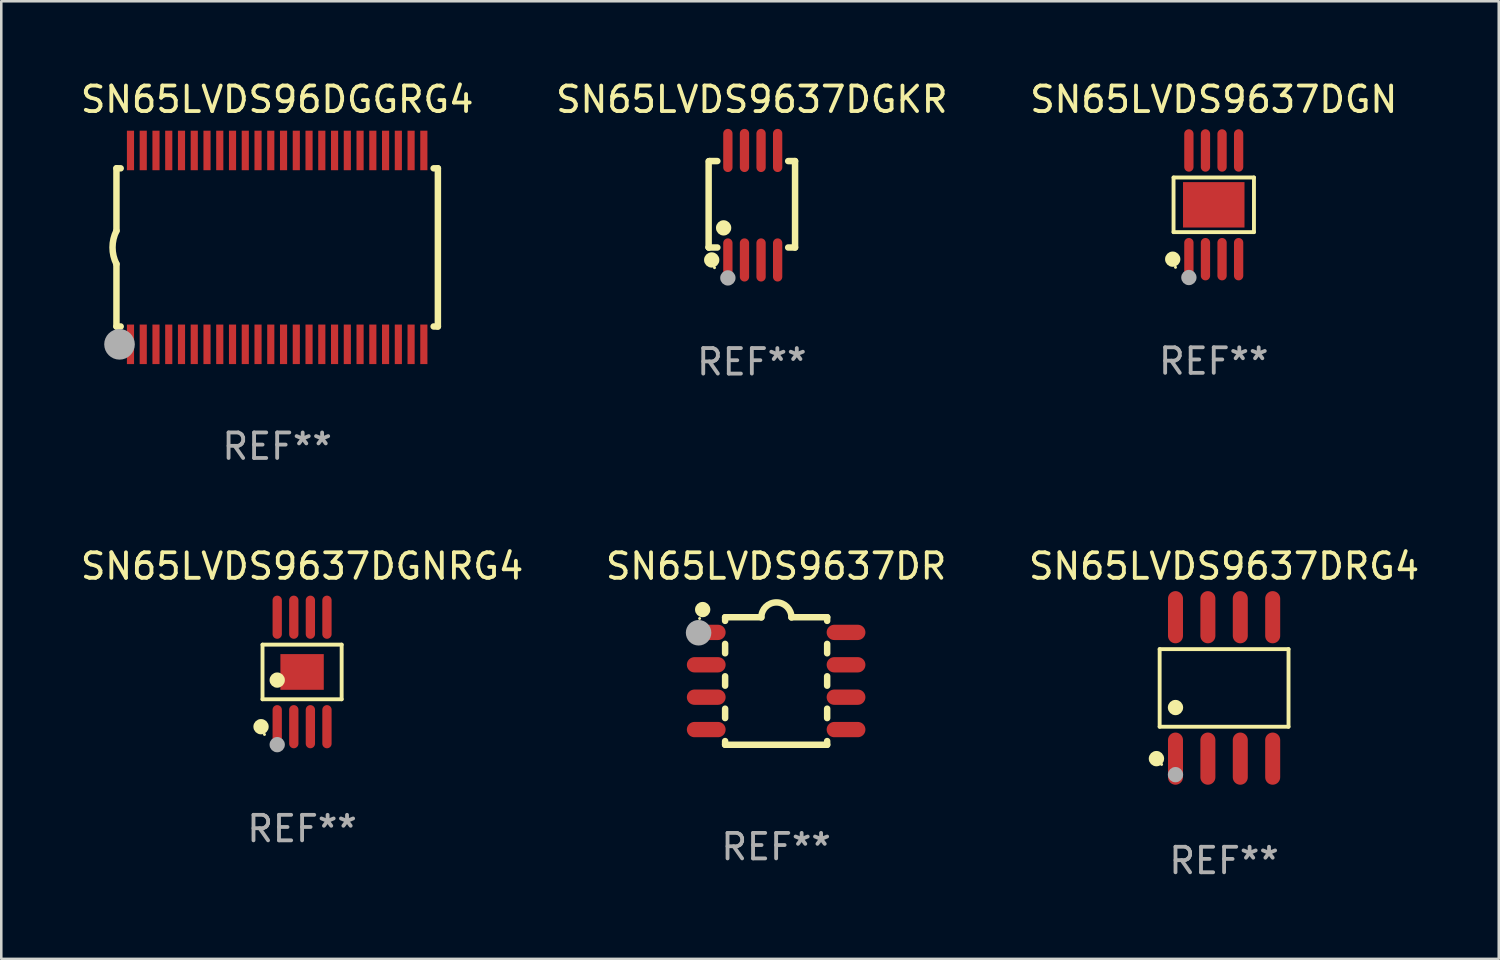
<source format=kicad_pcb>
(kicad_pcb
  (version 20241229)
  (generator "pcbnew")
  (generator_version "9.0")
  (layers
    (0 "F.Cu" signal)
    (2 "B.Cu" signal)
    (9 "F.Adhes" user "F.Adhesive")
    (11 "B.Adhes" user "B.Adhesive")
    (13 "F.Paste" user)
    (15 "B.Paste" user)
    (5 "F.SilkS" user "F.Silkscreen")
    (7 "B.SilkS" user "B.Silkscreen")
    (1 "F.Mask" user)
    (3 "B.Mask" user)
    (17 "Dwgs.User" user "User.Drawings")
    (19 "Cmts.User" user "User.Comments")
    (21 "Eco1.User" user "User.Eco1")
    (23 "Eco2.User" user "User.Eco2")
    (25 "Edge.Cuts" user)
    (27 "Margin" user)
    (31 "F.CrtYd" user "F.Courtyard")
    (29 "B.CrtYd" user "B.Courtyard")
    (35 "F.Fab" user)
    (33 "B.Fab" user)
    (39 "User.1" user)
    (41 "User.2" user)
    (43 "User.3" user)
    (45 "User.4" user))
  (footprint "SN65LVDS9637DR"
    (layer "F.Cu")
    (at 27.375 23.645)
    (property "Reference" "SN65LVDS9637DR" (at 0 -4.5 0) (layer "F.SilkS") (effects (font (size 1 1) (thickness 0.15))))
    (attr through_hole)
    (fp_line (start -2 -2.5) (end -2 -2.356) (stroke (width 0.254) (type solid)) (layer "F.SilkS"))
    (fp_line (start -2 -1.454) (end -2 -1.086) (stroke (width 0.254) (type solid)) (layer "F.SilkS"))
    (fp_line (start -2 -0.184) (end -2 0.184) (stroke (width 0.254) (type solid)) (layer "F.SilkS"))
    (fp_line (start -2 1.086) (end -2 1.454) (stroke (width 0.254) (type solid)) (layer "F.SilkS"))
    (fp_line (start -2 2.356) (end -2 2.5) (stroke (width 0.254) (type solid)) (layer "F.SilkS"))
    (fp_line (start -0.58 -2.5) (end -2 -2.5) (stroke (width 0.254) (type solid)) (layer "F.SilkS"))
    (fp_line (start 2 -2.5) (end 0.6 -2.5) (stroke (width 0.254) (type solid)) (layer "F.SilkS"))
    (fp_line (start 2 -2.5) (end 2 -2.356) (stroke (width 0.254) (type solid)) (layer "F.SilkS"))
    (fp_line (start 2 -1.454) (end 2 -1.086) (stroke (width 0.254) (type solid)) (layer "F.SilkS"))
    (fp_line (start 2 -0.184) (end 2 0.184) (stroke (width 0.254) (type solid)) (layer "F.SilkS"))
    (fp_line (start 2 1.086) (end 2 1.454) (stroke (width 0.254) (type solid)) (layer "F.SilkS"))
    (fp_line (start 2 2.356) (end 2 2.5) (stroke (width 0.254) (type solid)) (layer "F.SilkS"))
    (fp_line (start 2 2.5) (end -2 2.5) (stroke (width 0.254) (type solid)) (layer "F.SilkS"))
    (fp_arc (start -0.579908 -2.489992) (mid 0.010097 -3.07831) (end 0.600102 -2.489992) (stroke (width 0.254001) (type solid)) (layer "F.SilkS"))
    (fp_circle (center -3 -2.45) (end -2.97 -2.45) (stroke (width 0.06) (type solid)) (fill no) (layer "F.SilkS"))
    (fp_circle (center -2.88 -2.8) (end -2.73 -2.8) (stroke (width 0.3) (type solid)) (fill no) (layer "F.SilkS"))
    (fp_circle (center -3.04 -1.89) (end -2.79 -1.89) (stroke (width 0.5) (type solid)) (fill no) (layer "F.Fab"))
    (fp_text user "REF**" (at 0 6.5 0) (layer "F.Fab") (effects (font (size 1 1) (thickness 0.15))))
    (pad "1" smd oval (at -2.74 -1.905 90) (size 0.6 1.52) (layers "F.Cu" "F.Mask" "F.Paste"))
    (pad "2" smd oval (at -2.74 -0.635 90) (size 0.6 1.52) (layers "F.Cu" "F.Mask" "F.Paste"))
    (pad "3" smd oval (at -2.74 0.635 90) (size 0.6 1.52) (layers "F.Cu" "F.Mask" "F.Paste"))
    (pad "4" smd oval (at -2.74 1.905 90) (size 0.6 1.52) (layers "F.Cu" "F.Mask" "F.Paste"))
    (pad "5" smd oval (at 2.74 1.905 90) (size 0.6 1.52) (layers "F.Cu" "F.Mask" "F.Paste"))
    (pad "6" smd oval (at 2.74 0.635 90) (size 0.6 1.52) (layers "F.Cu" "F.Mask" "F.Paste"))
    (pad "7" smd oval (at 2.74 -0.635 90) (size 0.6 1.52) (layers "F.Cu" "F.Mask" "F.Paste"))
    (pad "8" smd oval (at 2.74 -1.905 90) (size 0.6 1.52) (layers "F.Cu" "F.Mask" "F.Paste")))
  (footprint "SN65LVDS9637DGNRG4"
    (layer "F.Cu")
    (at 8.792 23.291)
    (property "Reference" "SN65LVDS9637DGNRG4" (at 0 -4.146 0) (layer "F.SilkS") (effects (font (size 1 1) (thickness 0.15))))
    (attr through_hole)
    (fp_line (start -1.551 -1.071) (end 1.551 -1.071) (stroke (width 0.152) (type solid)) (layer "F.SilkS"))
    (fp_line (start -1.551 1.071) (end -1.551 -1.071) (stroke (width 0.152) (type solid)) (layer "F.SilkS"))
    (fp_line (start 1.551 -1.071) (end 1.551 1.071) (stroke (width 0.152) (type solid)) (layer "F.SilkS"))
    (fp_line (start 1.551 1.071) (end -1.551 1.071) (stroke (width 0.152) (type solid)) (layer "F.SilkS"))
    (fp_circle (center -1.609 2.146) (end -1.459 2.146) (stroke (width 0.3) (type solid)) (fill no) (layer "F.SilkS"))
    (fp_circle (center -1.475 2.45) (end -1.445 2.45) (stroke (width 0.06) (type solid)) (fill no) (layer "F.SilkS"))
    (fp_circle (center -0.975 0.319) (end -0.825 0.319) (stroke (width 0.3) (type solid)) (fill no) (layer "F.SilkS"))
    (fp_circle (center -0.975 2.85) (end -0.825 2.85) (stroke (width 0.3) (type solid)) (fill no) (layer "F.Fab"))
    (fp_text user "REF**" (at 0 6.146 0) (layer "F.Fab") (effects (font (size 1 1) (thickness 0.15))))
    (pad "1" smd oval (at -0.975 2.146) (size 0.364 1.692) (layers "F.Cu" "F.Mask" "F.Paste"))
    (pad "2" smd oval (at -0.325 2.146) (size 0.364 1.692) (layers "F.Cu" "F.Mask" "F.Paste"))
    (pad "3" smd oval (at 0.325 2.146) (size 0.364 1.692) (layers "F.Cu" "F.Mask" "F.Paste"))
    (pad "4" smd oval (at 0.975 2.146) (size 0.364 1.692) (layers "F.Cu" "F.Mask" "F.Paste"))
    (pad "5" smd oval (at 0.975 -2.146) (size 0.364 1.692) (layers "F.Cu" "F.Mask" "F.Paste"))
    (pad "6" smd oval (at 0.325 -2.146) (size 0.364 1.692) (layers "F.Cu" "F.Mask" "F.Paste"))
    (pad "7" smd oval (at -0.325 -2.146) (size 0.364 1.692) (layers "F.Cu" "F.Mask" "F.Paste"))
    (pad "8" smd oval (at -0.975 -2.146) (size 0.364 1.692) (layers "F.Cu" "F.Mask" "F.Paste"))
    (pad "9" smd rect (at 0 0) (size 1.7 1.4) (layers "F.Cu" "F.Mask" "F.Paste")))
  (footprint "SN65LVDS9637DRG4"
    (layer "F.Cu")
    (at 44.935 23.917)
    (property "Reference" "SN65LVDS9637DRG4" (at 0 -4.772 0) (layer "F.SilkS") (effects (font (size 1 1) (thickness 0.15))))
    (attr through_hole)
    (fp_line (start -2.526 -1.521) (end 2.526 -1.521) (stroke (width 0.152) (type solid)) (layer "F.SilkS"))
    (fp_line (start -2.526 1.521) (end -2.526 -1.521) (stroke (width 0.152) (type solid)) (layer "F.SilkS"))
    (fp_line (start 2.526 -1.521) (end 2.526 1.521) (stroke (width 0.152) (type solid)) (layer "F.SilkS"))
    (fp_line (start 2.526 1.521) (end -2.526 1.521) (stroke (width 0.152) (type solid)) (layer "F.SilkS"))
    (fp_circle (center -2.652 2.772) (end -2.501 2.772) (stroke (width 0.3) (type solid)) (fill no) (layer "F.SilkS"))
    (fp_circle (center -2.45 3) (end -2.42 3) (stroke (width 0.06) (type solid)) (fill no) (layer "F.SilkS"))
    (fp_circle (center -1.905 0.769) (end -1.755 0.769) (stroke (width 0.3) (type solid)) (fill no) (layer "F.SilkS"))
    (fp_circle (center -1.905 3.4) (end -1.755 3.4) (stroke (width 0.3) (type solid)) (fill no) (layer "F.Fab"))
    (fp_text user "REF**" (at 0 6.772 0) (layer "F.Fab") (effects (font (size 1 1) (thickness 0.15))))
    (pad "1" smd oval (at -1.905 2.772) (size 0.588 2.045) (layers "F.Cu" "F.Mask" "F.Paste"))
    (pad "2" smd oval (at -0.635 2.772) (size 0.588 2.045) (layers "F.Cu" "F.Mask" "F.Paste"))
    (pad "3" smd oval (at 0.635 2.772) (size 0.588 2.045) (layers "F.Cu" "F.Mask" "F.Paste"))
    (pad "4" smd oval (at 1.905 2.772) (size 0.588 2.045) (layers "F.Cu" "F.Mask" "F.Paste"))
    (pad "5" smd oval (at 1.905 -2.772) (size 0.588 2.045) (layers "F.Cu" "F.Mask" "F.Paste"))
    (pad "6" smd oval (at 0.635 -2.772) (size 0.588 2.045) (layers "F.Cu" "F.Mask" "F.Paste"))
    (pad "7" smd oval (at -0.635 -2.772) (size 0.588 2.045) (layers "F.Cu" "F.Mask" "F.Paste"))
    (pad "8" smd oval (at -1.905 -2.772) (size 0.588 2.045) (layers "F.Cu" "F.Mask" "F.Paste")))
  (footprint "SN65LVDS96DGGRG4"
    (layer "F.Cu")
    (at 7.815 6.648)
    (property "Reference" "SN65LVDS96DGGRG4" (at 0 -5.8 0) (layer "F.SilkS") (effects (font (size 1 1) (thickness 0.15))))
    (attr through_hole)
    (fp_line (start -6.3 -3.1) (end -6.3 -0.65) (stroke (width 0.254) (type solid)) (layer "F.SilkS"))
    (fp_line (start -6.3 -3.1) (end -6.134 -3.1) (stroke (width 0.254) (type solid)) (layer "F.SilkS"))
    (fp_line (start -6.3 3.1) (end -6.3 0.65) (stroke (width 0.254) (type solid)) (layer "F.SilkS"))
    (fp_line (start -6.3 3.1) (end -6.134 3.1) (stroke (width 0.254) (type solid)) (layer "F.SilkS"))
    (fp_line (start 6.134 -3.1) (end 6.3 -3.1) (stroke (width 0.254) (type solid)) (layer "F.SilkS"))
    (fp_line (start 6.134 3.1) (end 6.3 3.1) (stroke (width 0.254) (type solid)) (layer "F.SilkS"))
    (fp_line (start 6.3 -3.1) (end 6.3 3.1) (stroke (width 0.254) (type solid)) (layer "F.SilkS"))
    (fp_arc (start -6.301016 0.650114) (mid -6.45413 -0.000082) (end -6.3 -0.650038) (stroke (width 0.254001) (type solid)) (layer "F.SilkS"))
    (fp_circle (center -6.35 3.81) (end -6.223 3.81) (stroke (width 0.254) (type solid)) (fill no) (layer "F.SilkS"))
    (fp_circle (center -6.25 4.05) (end -6.22 4.05) (stroke (width 0.06) (type solid)) (fill no) (layer "F.SilkS"))
    (fp_circle (center -6.18 3.8) (end -5.88 3.8) (stroke (width 0.6) (type solid)) (fill no) (layer "F.Fab"))
    (fp_text user "REF**" (at 0 7.8 0) (layer "F.Fab") (effects (font (size 1 1) (thickness 0.15))))
    (pad "1" smd rect (at -5.75 3.8) (size 0.28 1.55) (layers "F.Cu" "F.Mask" "F.Paste"))
    (pad "2" smd rect (at -5.25 3.8) (size 0.28 1.55) (layers "F.Cu" "F.Mask" "F.Paste"))
    (pad "3" smd rect (at -4.75 3.8) (size 0.28 1.55) (layers "F.Cu" "F.Mask" "F.Paste"))
    (pad "4" smd rect (at -4.25 3.8) (size 0.28 1.55) (layers "F.Cu" "F.Mask" "F.Paste"))
    (pad "5" smd rect (at -3.75 3.8) (size 0.28 1.55) (layers "F.Cu" "F.Mask" "F.Paste"))
    (pad "6" smd rect (at -3.25 3.8) (size 0.28 1.55) (layers "F.Cu" "F.Mask" "F.Paste"))
    (pad "7" smd rect (at -2.75 3.8) (size 0.28 1.55) (layers "F.Cu" "F.Mask" "F.Paste"))
    (pad "8" smd rect (at -2.25 3.8) (size 0.28 1.55) (layers "F.Cu" "F.Mask" "F.Paste"))
    (pad "9" smd rect (at -1.75 3.8) (size 0.28 1.55) (layers "F.Cu" "F.Mask" "F.Paste"))
    (pad "10" smd rect (at -1.25 3.8) (size 0.28 1.55) (layers "F.Cu" "F.Mask" "F.Paste"))
    (pad "11" smd rect (at -0.75 3.8) (size 0.28 1.55) (layers "F.Cu" "F.Mask" "F.Paste"))
    (pad "12" smd rect (at -0.25 3.8) (size 0.28 1.55) (layers "F.Cu" "F.Mask" "F.Paste"))
    (pad "13" smd rect (at 0.25 3.8) (size 0.28 1.55) (layers "F.Cu" "F.Mask" "F.Paste"))
    (pad "14" smd rect (at 0.75 3.8) (size 0.28 1.55) (layers "F.Cu" "F.Mask" "F.Paste"))
    (pad "15" smd rect (at 1.25 3.8) (size 0.28 1.55) (layers "F.Cu" "F.Mask" "F.Paste"))
    (pad "16" smd rect (at 1.75 3.8) (size 0.28 1.55) (layers "F.Cu" "F.Mask" "F.Paste"))
    (pad "17" smd rect (at 2.25 3.8) (size 0.28 1.55) (layers "F.Cu" "F.Mask" "F.Paste"))
    (pad "18" smd rect (at 2.75 3.8) (size 0.28 1.55) (layers "F.Cu" "F.Mask" "F.Paste"))
    (pad "19" smd rect (at 3.25 3.8) (size 0.28 1.55) (layers "F.Cu" "F.Mask" "F.Paste"))
    (pad "20" smd rect (at 3.75 3.8) (size 0.28 1.55) (layers "F.Cu" "F.Mask" "F.Paste"))
    (pad "21" smd rect (at 4.25 3.8) (size 0.28 1.55) (layers "F.Cu" "F.Mask" "F.Paste"))
    (pad "22" smd rect (at 4.75 3.8) (size 0.28 1.55) (layers "F.Cu" "F.Mask" "F.Paste"))
    (pad "23" smd rect (at 5.25 3.8) (size 0.28 1.55) (layers "F.Cu" "F.Mask" "F.Paste"))
    (pad "24" smd rect (at 5.75 3.8) (size 0.28 1.55) (layers "F.Cu" "F.Mask" "F.Paste"))
    (pad "25" smd rect (at 5.75 -3.8) (size 0.28 1.55) (layers "F.Cu" "F.Mask" "F.Paste"))
    (pad "26" smd rect (at 5.25 -3.8) (size 0.28 1.55) (layers "F.Cu" "F.Mask" "F.Paste"))
    (pad "27" smd rect (at 4.75 -3.8) (size 0.28 1.55) (layers "F.Cu" "F.Mask" "F.Paste"))
    (pad "28" smd rect (at 4.25 -3.8) (size 0.28 1.55) (layers "F.Cu" "F.Mask" "F.Paste"))
    (pad "29" smd rect (at 3.75 -3.8) (size 0.28 1.55) (layers "F.Cu" "F.Mask" "F.Paste"))
    (pad "30" smd rect (at 3.25 -3.8) (size 0.28 1.55) (layers "F.Cu" "F.Mask" "F.Paste"))
    (pad "31" smd rect (at 2.75 -3.8) (size 0.28 1.55) (layers "F.Cu" "F.Mask" "F.Paste"))
    (pad "32" smd rect (at 2.25 -3.8) (size 0.28 1.55) (layers "F.Cu" "F.Mask" "F.Paste"))
    (pad "33" smd rect (at 1.75 -3.8) (size 0.28 1.55) (layers "F.Cu" "F.Mask" "F.Paste"))
    (pad "34" smd rect (at 1.25 -3.8) (size 0.28 1.55) (layers "F.Cu" "F.Mask" "F.Paste"))
    (pad "35" smd rect (at 0.75 -3.8) (size 0.28 1.55) (layers "F.Cu" "F.Mask" "F.Paste"))
    (pad "36" smd rect (at 0.25 -3.8) (size 0.28 1.55) (layers "F.Cu" "F.Mask" "F.Paste"))
    (pad "37" smd rect (at -0.25 -3.8) (size 0.28 1.55) (layers "F.Cu" "F.Mask" "F.Paste"))
    (pad "38" smd rect (at -0.75 -3.8) (size 0.28 1.55) (layers "F.Cu" "F.Mask" "F.Paste"))
    (pad "39" smd rect (at -1.25 -3.8) (size 0.28 1.55) (layers "F.Cu" "F.Mask" "F.Paste"))
    (pad "40" smd rect (at -1.75 -3.8) (size 0.28 1.55) (layers "F.Cu" "F.Mask" "F.Paste"))
    (pad "41" smd rect (at -2.25 -3.8) (size 0.28 1.55) (layers "F.Cu" "F.Mask" "F.Paste"))
    (pad "42" smd rect (at -2.75 -3.8) (size 0.28 1.55) (layers "F.Cu" "F.Mask" "F.Paste"))
    (pad "43" smd rect (at -3.25 -3.8) (size 0.28 1.55) (layers "F.Cu" "F.Mask" "F.Paste"))
    (pad "44" smd rect (at -3.75 -3.8) (size 0.28 1.55) (layers "F.Cu" "F.Mask" "F.Paste"))
    (pad "45" smd rect (at -4.25 -3.8) (size 0.28 1.55) (layers "F.Cu" "F.Mask" "F.Paste"))
    (pad "46" smd rect (at -4.75 -3.8) (size 0.28 1.55) (layers "F.Cu" "F.Mask" "F.Paste"))
    (pad "47" smd rect (at -5.25 -3.8) (size 0.28 1.55) (layers "F.Cu" "F.Mask" "F.Paste"))
    (pad "48" smd rect (at -5.75 -3.8) (size 0.28 1.55) (layers "F.Cu" "F.Mask" "F.Paste")))
  (footprint "SN65LVDS9637DGKR"
    (layer "F.Cu")
    (at 26.423 4.994)
    (property "Reference" "SN65LVDS9637DGKR" (at 0 -4.146 0) (layer "F.SilkS") (effects (font (size 1 1) (thickness 0.15))))
    (attr through_hole)
    (fp_line (start -1.694 -1.724) (end -1.694 1.652) (stroke (width 0.254) (type solid)) (layer "F.SilkS"))
    (fp_line (start -1.694 1.652) (end -1.688 1.658) (stroke (width 0.254) (type solid)) (layer "F.SilkS"))
    (fp_line (start -1.688 1.658) (end -1.353 1.658) (stroke (width 0.254) (type solid)) (layer "F.SilkS"))
    (fp_line (start -1.661 -1.73) (end -1.681 -1.71) (stroke (width 0.254) (type solid)) (layer "F.SilkS"))
    (fp_line (start -1.353 -1.73) (end -1.661 -1.73) (stroke (width 0.254) (type solid)) (layer "F.SilkS"))
    (fp_line (start 1.424 1.658) (end 1.694 1.658) (stroke (width 0.254) (type solid)) (layer "F.SilkS"))
    (fp_line (start 1.694 -1.73) (end 1.424 -1.73) (stroke (width 0.254) (type solid)) (layer "F.SilkS"))
    (fp_line (start 1.694 1.658) (end 1.694 -1.73) (stroke (width 0.254) (type solid)) (layer "F.SilkS"))
    (fp_circle (center -1.574 2.146) (end -1.424 2.146) (stroke (width 0.3) (type solid)) (fill no) (layer "F.SilkS"))
    (fp_circle (center -1.464 2.45) (end -1.434 2.45) (stroke (width 0.06) (type solid)) (fill no) (layer "F.SilkS"))
    (fp_circle (center -1.107 0.889) (end -0.957 0.889) (stroke (width 0.3) (type solid)) (fill no) (layer "F.SilkS"))
    (fp_circle (center -0.94 2.85) (end -0.789 2.85) (stroke (width 0.3) (type solid)) (fill no) (layer "F.Fab"))
    (fp_text user "REF**" (at 0 6.146 0) (layer "F.Fab") (effects (font (size 1 1) (thickness 0.15))))
    (pad "1" smd oval (at -0.94 2.146) (size 0.364 1.692) (layers "F.Cu" "F.Mask" "F.Paste"))
    (pad "2" smd oval (at -0.289 2.146) (size 0.364 1.692) (layers "F.Cu" "F.Mask" "F.Paste"))
    (pad "3" smd oval (at 0.361 2.146) (size 0.364 1.692) (layers "F.Cu" "F.Mask" "F.Paste"))
    (pad "4" smd oval (at 1.011 2.146) (size 0.364 1.692) (layers "F.Cu" "F.Mask" "F.Paste"))
    (pad "5" smd oval (at 1.011 -2.146) (size 0.364 1.692) (layers "F.Cu" "F.Mask" "F.Paste"))
    (pad "6" smd oval (at 0.361 -2.146) (size 0.364 1.692) (layers "F.Cu" "F.Mask" "F.Paste"))
    (pad "7" smd oval (at -0.289 -2.146) (size 0.364 1.692) (layers "F.Cu" "F.Mask" "F.Paste"))
    (pad "8" smd oval (at -0.94 -2.146) (size 0.364 1.692) (layers "F.Cu" "F.Mask" "F.Paste")))
  (footprint "SN65LVDS9637DGN"
    (layer "F.Cu")
    (at 44.53 4.979)
    (property "Reference" "SN65LVDS9637DGN" (at 0 -4.131 0) (layer "F.SilkS") (effects (font (size 1 1) (thickness 0.15))))
    (attr through_hole)
    (fp_line (start -1.576 -1.071) (end 1.576 -1.071) (stroke (width 0.152) (type solid)) (layer "F.SilkS"))
    (fp_line (start -1.576 1.071) (end -1.576 -1.071) (stroke (width 0.152) (type solid)) (layer "F.SilkS"))
    (fp_line (start 1.576 -1.071) (end 1.576 1.071) (stroke (width 0.152) (type solid)) (layer "F.SilkS"))
    (fp_line (start 1.576 1.071) (end -1.576 1.071) (stroke (width 0.152) (type solid)) (layer "F.SilkS"))
    (fp_circle (center -1.609 2.131) (end -1.459 2.131) (stroke (width 0.3) (type solid)) (fill no) (layer "F.SilkS"))
    (fp_circle (center -1.5 2.45) (end -1.47 2.45) (stroke (width 0.06) (type solid)) (fill no) (layer "F.SilkS"))
    (fp_circle (center -0.975 2.85) (end -0.825 2.85) (stroke (width 0.3) (type solid)) (fill no) (layer "F.Fab"))
    (fp_text user "REF**" (at 0 6.131 0) (layer "F.Fab") (effects (font (size 1 1) (thickness 0.15))))
    (pad "1" smd oval (at -0.975 2.131) (size 0.364 1.662) (layers "F.Cu" "F.Mask" "F.Paste"))
    (pad "2" smd oval (at -0.325 2.131) (size 0.364 1.662) (layers "F.Cu" "F.Mask" "F.Paste"))
    (pad "3" smd oval (at 0.325 2.131) (size 0.364 1.662) (layers "F.Cu" "F.Mask" "F.Paste"))
    (pad "4" smd oval (at 0.975 2.131) (size 0.364 1.662) (layers "F.Cu" "F.Mask" "F.Paste"))
    (pad "5" smd oval (at 0.975 -2.131) (size 0.364 1.662) (layers "F.Cu" "F.Mask" "F.Paste"))
    (pad "6" smd oval (at 0.325 -2.131) (size 0.364 1.662) (layers "F.Cu" "F.Mask" "F.Paste"))
    (pad "7" smd oval (at -0.325 -2.131) (size 0.364 1.662) (layers "F.Cu" "F.Mask" "F.Paste"))
    (pad "8" smd oval (at -0.975 -2.131) (size 0.364 1.662) (layers "F.Cu" "F.Mask" "F.Paste"))
    (pad "9" smd rect (at 0 0) (size 2.41 1.78) (layers "F.Cu" "F.Mask" "F.Paste")))
  (gr_rect
    (start -3 -3)
    (end 55.702 34.538)
    (stroke (width 0.1) (type default))
    (fill no)
    (layer "Edge.Cuts")))
</source>
